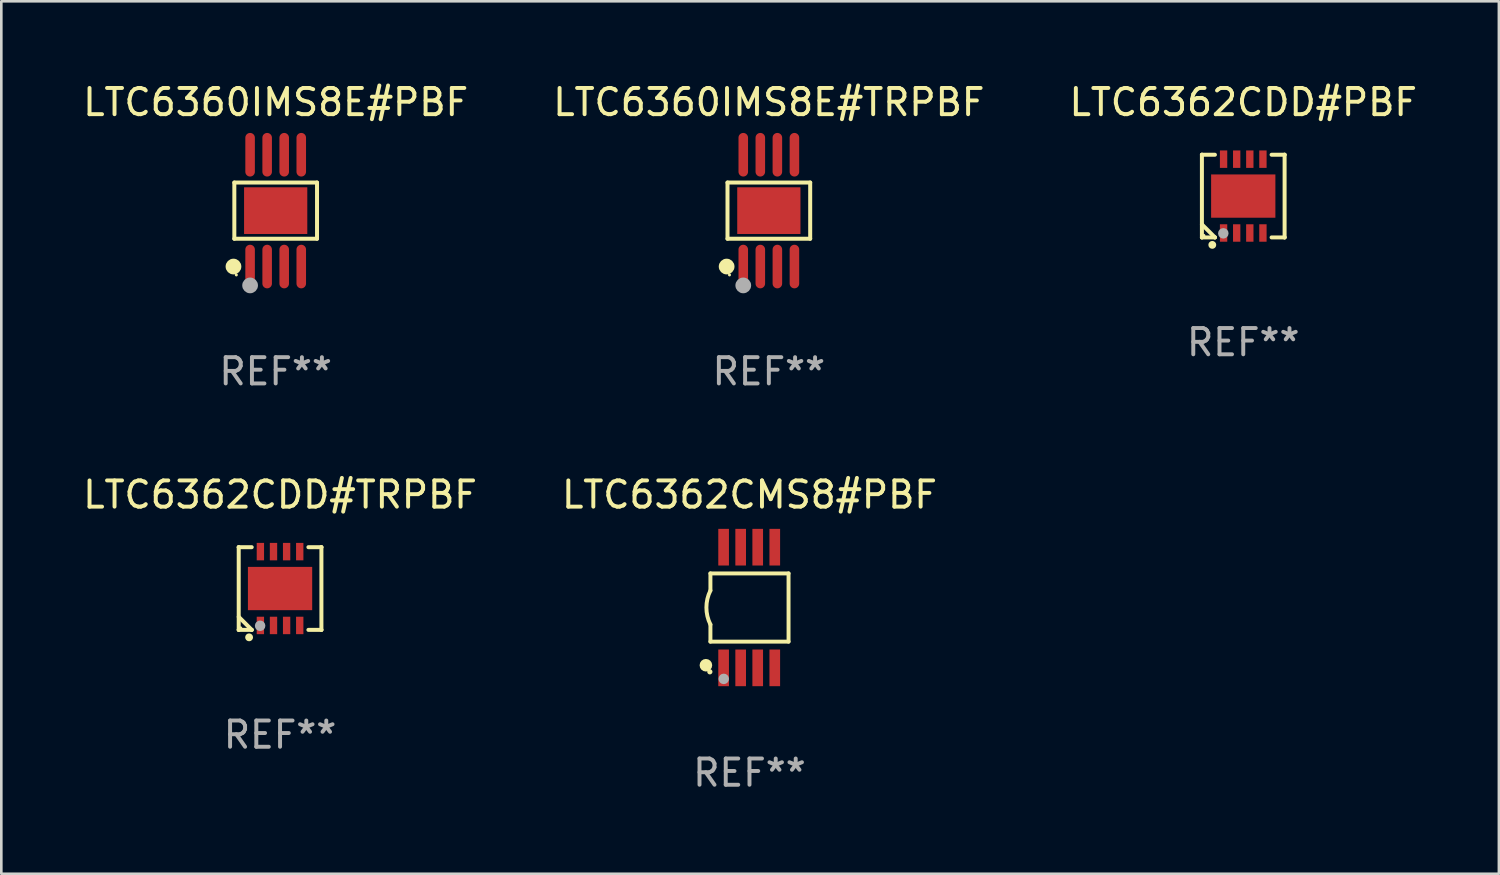
<source format=kicad_pcb>
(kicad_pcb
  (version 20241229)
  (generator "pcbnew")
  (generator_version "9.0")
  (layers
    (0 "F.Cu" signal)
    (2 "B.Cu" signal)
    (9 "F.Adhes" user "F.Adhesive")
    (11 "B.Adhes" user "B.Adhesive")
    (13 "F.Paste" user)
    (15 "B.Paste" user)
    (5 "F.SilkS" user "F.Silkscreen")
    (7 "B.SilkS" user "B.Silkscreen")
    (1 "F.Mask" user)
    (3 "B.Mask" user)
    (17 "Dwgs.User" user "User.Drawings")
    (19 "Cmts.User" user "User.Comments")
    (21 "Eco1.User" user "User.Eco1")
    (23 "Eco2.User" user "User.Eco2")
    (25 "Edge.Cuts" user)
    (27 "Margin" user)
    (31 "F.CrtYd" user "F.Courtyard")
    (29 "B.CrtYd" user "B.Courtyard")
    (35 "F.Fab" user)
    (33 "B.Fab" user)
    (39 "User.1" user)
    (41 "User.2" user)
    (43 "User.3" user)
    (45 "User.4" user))
  (footprint "LTC6362CDD#PBF"
    (layer "F.Cu")
    (at 44.339 4.424)
    (property "Reference" "LTC6362CDD#PBF" (at 0 -3.576 0) (layer "F.SilkS") (effects (font (size 1 1) (thickness 0.15))))
    (attr through_hole)
    (fp_line (start -1.576 -1.576) (end -1.576 -1.576) (stroke (width 0.152) (type solid)) (layer "F.SilkS"))
    (fp_line (start -1.576 -1.576) (end -1.08 -1.576) (stroke (width 0.152) (type solid)) (layer "F.SilkS"))
    (fp_line (start -1.576 1.576) (end -1.576 -1.576) (stroke (width 0.152) (type solid)) (layer "F.SilkS"))
    (fp_line (start -1.576 1.576) (end -1.576 1.576) (stroke (width 0.152) (type solid)) (layer "F.SilkS"))
    (fp_line (start -1.08 1.575) (end -1.576 1.079) (stroke (width 0.152) (type solid)) (layer "F.SilkS"))
    (fp_line (start -1.08 1.576) (end -1.576 1.576) (stroke (width 0.152) (type solid)) (layer "F.SilkS"))
    (fp_line (start -1.08 1.576) (end -1.08 1.575) (stroke (width 0.152) (type solid)) (layer "F.SilkS"))
    (fp_line (start 1.08 1.576) (end 1.576 1.576) (stroke (width 0.152) (type solid)) (layer "F.SilkS"))
    (fp_line (start 1.576 -1.576) (end 1.08 -1.576) (stroke (width 0.152) (type solid)) (layer "F.SilkS"))
    (fp_line (start 1.576 -1.576) (end 1.576 -1.576) (stroke (width 0.152) (type solid)) (layer "F.SilkS"))
    (fp_line (start 1.576 1.576) (end 1.576 -1.576) (stroke (width 0.152) (type solid)) (layer "F.SilkS"))
    (fp_line (start 1.576 1.576) (end 1.576 1.576) (stroke (width 0.152) (type solid)) (layer "F.SilkS"))
    (fp_circle (center -1.5 1.5) (end -1.47 1.5) (stroke (width 0.06) (type solid)) (fill no) (layer "F.SilkS"))
    (fp_circle (center -1.18 1.86) (end -1.105 1.86) (stroke (width 0.15) (type solid)) (fill no) (layer "F.SilkS"))
    (fp_circle (center -0.76 1.42) (end -0.66 1.42) (stroke (width 0.2) (type solid)) (fill no) (layer "F.Fab"))
    (fp_text user "REF**" (at 0 5.576 0) (layer "F.Fab") (effects (font (size 1 1) (thickness 0.15))))
    (pad "1" smd rect (at -0.75 1.407) (size 0.28 0.665) (layers "F.Cu" "F.Mask" "F.Paste"))
    (pad "2" smd rect (at -0.25 1.407) (size 0.28 0.665) (layers "F.Cu" "F.Mask" "F.Paste"))
    (pad "3" smd rect (at 0.25 1.407) (size 0.28 0.665) (layers "F.Cu" "F.Mask" "F.Paste"))
    (pad "4" smd rect (at 0.75 1.407) (size 0.28 0.665) (layers "F.Cu" "F.Mask" "F.Paste"))
    (pad "5" smd rect (at 0.75 -1.407) (size 0.28 0.665) (layers "F.Cu" "F.Mask" "F.Paste"))
    (pad "6" smd rect (at 0.25 -1.407) (size 0.28 0.665) (layers "F.Cu" "F.Mask" "F.Paste"))
    (pad "7" smd rect (at -0.25 -1.407) (size 0.28 0.665) (layers "F.Cu" "F.Mask" "F.Paste"))
    (pad "8" smd rect (at -0.75 -1.407) (size 0.28 0.665) (layers "F.Cu" "F.Mask" "F.Paste"))
    (pad "9" smd rect (at 0 0) (size 2.45 1.65) (layers "F.Cu" "F.Mask" "F.Paste")))
  (footprint "LTC6362CMS8#PBF"
    (layer "F.Cu")
    (at 25.518 20.107)
    (property "Reference" "LTC6362CMS8#PBF" (at 0 -4.3 0) (layer "F.SilkS") (effects (font (size 1 1) (thickness 0.15))))
    (attr through_hole)
    (fp_line (start -1.489 -1.3) (end -1.489 -0.648) (stroke (width 0.15) (type solid)) (layer "F.SilkS"))
    (fp_line (start -1.489 0.648) (end -1.489 1.3) (stroke (width 0.15) (type solid)) (layer "F.SilkS"))
    (fp_line (start -1.489 1.3) (end 1.489 1.3) (stroke (width 0.15) (type solid)) (layer "F.SilkS"))
    (fp_line (start 1.489 -1.3) (end -1.489 -1.3) (stroke (width 0.15) (type solid)) (layer "F.SilkS"))
    (fp_line (start 1.489 1.3) (end 1.489 -1.3) (stroke (width 0.15) (type solid)) (layer "F.SilkS"))
    (fp_arc (start -1.489205 0.647702) (mid -1.642107 0) (end -1.489205 -0.647701) (stroke (width 0.150013) (type solid)) (layer "F.SilkS"))
    (fp_circle (center -1.661 2.2) (end -1.541 2.2) (stroke (width 0.24) (type solid)) (fill no) (layer "F.SilkS"))
    (fp_circle (center -1.511 2.45) (end -1.461 2.45) (stroke (width 0.1) (type solid)) (fill no) (layer "F.SilkS"))
    (fp_circle (center -0.981 2.72) (end -0.881 2.72) (stroke (width 0.2) (type solid)) (fill no) (layer "F.Fab"))
    (fp_text user "REF**" (at 0 6.3 0) (layer "F.Fab") (effects (font (size 1 1) (thickness 0.15))))
    (pad "1" smd rect (at -0.986 2.3) (size 0.406 1.397) (layers "F.Cu" "F.Mask" "F.Paste"))
    (pad "2" smd rect (at -0.336 2.3) (size 0.406 1.397) (layers "F.Cu" "F.Mask" "F.Paste"))
    (pad "3" smd rect (at 0.314 2.3) (size 0.406 1.397) (layers "F.Cu" "F.Mask" "F.Paste"))
    (pad "4" smd rect (at 0.964 2.3) (size 0.406 1.397) (layers "F.Cu" "F.Mask" "F.Paste"))
    (pad "5" smd rect (at 0.964 -2.3) (size 0.406 1.397) (layers "F.Cu" "F.Mask" "F.Paste"))
    (pad "6" smd rect (at 0.314 -2.3) (size 0.406 1.397) (layers "F.Cu" "F.Mask" "F.Paste"))
    (pad "7" smd rect (at -0.336 -2.3) (size 0.406 1.397) (layers "F.Cu" "F.Mask" "F.Paste"))
    (pad "8" smd rect (at -0.986 -2.3) (size 0.406 1.397) (layers "F.Cu" "F.Mask" "F.Paste")))
  (footprint "LTC6360IMS8E#TRPBF"
    (layer "F.Cu")
    (at 26.256 4.979)
    (property "Reference" "LTC6360IMS8E#TRPBF" (at 0 -4.131 0) (layer "F.SilkS") (effects (font (size 1 1) (thickness 0.15))))
    (attr through_hole)
    (fp_line (start -1.576 -1.071) (end 1.576 -1.071) (stroke (width 0.152) (type solid)) (layer "F.SilkS"))
    (fp_line (start -1.576 1.071) (end -1.576 -1.071) (stroke (width 0.152) (type solid)) (layer "F.SilkS"))
    (fp_line (start 1.576 -1.071) (end 1.576 1.071) (stroke (width 0.152) (type solid)) (layer "F.SilkS"))
    (fp_line (start 1.576 1.071) (end -1.576 1.071) (stroke (width 0.152) (type solid)) (layer "F.SilkS"))
    (fp_circle (center -1.609 2.131) (end -1.459 2.131) (stroke (width 0.3) (type solid)) (fill no) (layer "F.SilkS"))
    (fp_circle (center -1.5 2.45) (end -1.47 2.45) (stroke (width 0.06) (type solid)) (fill no) (layer "F.SilkS"))
    (fp_circle (center -0.975 2.85) (end -0.825 2.85) (stroke (width 0.3) (type solid)) (fill no) (layer "F.Fab"))
    (fp_text user "REF**" (at 0 6.131 0) (layer "F.Fab") (effects (font (size 1 1) (thickness 0.15))))
    (pad "1" smd oval (at -0.975 2.131) (size 0.364 1.662) (layers "F.Cu" "F.Mask" "F.Paste"))
    (pad "2" smd oval (at -0.325 2.131) (size 0.364 1.662) (layers "F.Cu" "F.Mask" "F.Paste"))
    (pad "3" smd oval (at 0.325 2.131) (size 0.364 1.662) (layers "F.Cu" "F.Mask" "F.Paste"))
    (pad "4" smd oval (at 0.975 2.131) (size 0.364 1.662) (layers "F.Cu" "F.Mask" "F.Paste"))
    (pad "5" smd oval (at 0.975 -2.131) (size 0.364 1.662) (layers "F.Cu" "F.Mask" "F.Paste"))
    (pad "6" smd oval (at 0.325 -2.131) (size 0.364 1.662) (layers "F.Cu" "F.Mask" "F.Paste"))
    (pad "7" smd oval (at -0.325 -2.131) (size 0.364 1.662) (layers "F.Cu" "F.Mask" "F.Paste"))
    (pad "8" smd oval (at -0.975 -2.131) (size 0.364 1.662) (layers "F.Cu" "F.Mask" "F.Paste"))
    (pad "9" smd rect (at 0 0) (size 2.41 1.78) (layers "F.Cu" "F.Mask" "F.Paste")))
  (footprint "LTC6360IMS8E#PBF"
    (layer "F.Cu")
    (at 7.458 4.979)
    (property "Reference" "LTC6360IMS8E#PBF" (at 0 -4.131 0) (layer "F.SilkS") (effects (font (size 1 1) (thickness 0.15))))
    (attr through_hole)
    (fp_line (start -1.576 -1.071) (end 1.576 -1.071) (stroke (width 0.152) (type solid)) (layer "F.SilkS"))
    (fp_line (start -1.576 1.071) (end -1.576 -1.071) (stroke (width 0.152) (type solid)) (layer "F.SilkS"))
    (fp_line (start 1.576 -1.071) (end 1.576 1.071) (stroke (width 0.152) (type solid)) (layer "F.SilkS"))
    (fp_line (start 1.576 1.071) (end -1.576 1.071) (stroke (width 0.152) (type solid)) (layer "F.SilkS"))
    (fp_circle (center -1.609 2.131) (end -1.459 2.131) (stroke (width 0.3) (type solid)) (fill no) (layer "F.SilkS"))
    (fp_circle (center -1.5 2.45) (end -1.47 2.45) (stroke (width 0.06) (type solid)) (fill no) (layer "F.SilkS"))
    (fp_circle (center -0.975 2.85) (end -0.825 2.85) (stroke (width 0.3) (type solid)) (fill no) (layer "F.Fab"))
    (fp_text user "REF**" (at 0 6.131 0) (layer "F.Fab") (effects (font (size 1 1) (thickness 0.15))))
    (pad "1" smd oval (at -0.975 2.131) (size 0.364 1.662) (layers "F.Cu" "F.Mask" "F.Paste"))
    (pad "2" smd oval (at -0.325 2.131) (size 0.364 1.662) (layers "F.Cu" "F.Mask" "F.Paste"))
    (pad "3" smd oval (at 0.325 2.131) (size 0.364 1.662) (layers "F.Cu" "F.Mask" "F.Paste"))
    (pad "4" smd oval (at 0.975 2.131) (size 0.364 1.662) (layers "F.Cu" "F.Mask" "F.Paste"))
    (pad "5" smd oval (at 0.975 -2.131) (size 0.364 1.662) (layers "F.Cu" "F.Mask" "F.Paste"))
    (pad "6" smd oval (at 0.325 -2.131) (size 0.364 1.662) (layers "F.Cu" "F.Mask" "F.Paste"))
    (pad "7" smd oval (at -0.325 -2.131) (size 0.364 1.662) (layers "F.Cu" "F.Mask" "F.Paste"))
    (pad "8" smd oval (at -0.975 -2.131) (size 0.364 1.662) (layers "F.Cu" "F.Mask" "F.Paste"))
    (pad "9" smd rect (at 0 0) (size 2.41 1.78) (layers "F.Cu" "F.Mask" "F.Paste")))
  (footprint "LTC6362CDD#TRPBF"
    (layer "F.Cu")
    (at 7.625 19.383)
    (property "Reference" "LTC6362CDD#TRPBF" (at 0 -3.576 0) (layer "F.SilkS") (effects (font (size 1 1) (thickness 0.15))))
    (attr through_hole)
    (fp_line (start -1.576 -1.576) (end -1.576 -1.576) (stroke (width 0.152) (type solid)) (layer "F.SilkS"))
    (fp_line (start -1.576 -1.576) (end -1.08 -1.576) (stroke (width 0.152) (type solid)) (layer "F.SilkS"))
    (fp_line (start -1.576 1.576) (end -1.576 -1.576) (stroke (width 0.152) (type solid)) (layer "F.SilkS"))
    (fp_line (start -1.576 1.576) (end -1.576 1.576) (stroke (width 0.152) (type solid)) (layer "F.SilkS"))
    (fp_line (start -1.08 1.575) (end -1.576 1.079) (stroke (width 0.152) (type solid)) (layer "F.SilkS"))
    (fp_line (start -1.08 1.576) (end -1.576 1.576) (stroke (width 0.152) (type solid)) (layer "F.SilkS"))
    (fp_line (start -1.08 1.576) (end -1.08 1.575) (stroke (width 0.152) (type solid)) (layer "F.SilkS"))
    (fp_line (start 1.08 1.576) (end 1.576 1.576) (stroke (width 0.152) (type solid)) (layer "F.SilkS"))
    (fp_line (start 1.576 -1.576) (end 1.08 -1.576) (stroke (width 0.152) (type solid)) (layer "F.SilkS"))
    (fp_line (start 1.576 -1.576) (end 1.576 -1.576) (stroke (width 0.152) (type solid)) (layer "F.SilkS"))
    (fp_line (start 1.576 1.576) (end 1.576 -1.576) (stroke (width 0.152) (type solid)) (layer "F.SilkS"))
    (fp_line (start 1.576 1.576) (end 1.576 1.576) (stroke (width 0.152) (type solid)) (layer "F.SilkS"))
    (fp_circle (center -1.5 1.5) (end -1.47 1.5) (stroke (width 0.06) (type solid)) (fill no) (layer "F.SilkS"))
    (fp_circle (center -1.18 1.86) (end -1.105 1.86) (stroke (width 0.15) (type solid)) (fill no) (layer "F.SilkS"))
    (fp_circle (center -0.76 1.42) (end -0.66 1.42) (stroke (width 0.2) (type solid)) (fill no) (layer "F.Fab"))
    (fp_text user "REF**" (at 0 5.576 0) (layer "F.Fab") (effects (font (size 1 1) (thickness 0.15))))
    (pad "1" smd rect (at -0.75 1.407) (size 0.28 0.665) (layers "F.Cu" "F.Mask" "F.Paste"))
    (pad "2" smd rect (at -0.25 1.407) (size 0.28 0.665) (layers "F.Cu" "F.Mask" "F.Paste"))
    (pad "3" smd rect (at 0.25 1.407) (size 0.28 0.665) (layers "F.Cu" "F.Mask" "F.Paste"))
    (pad "4" smd rect (at 0.75 1.407) (size 0.28 0.665) (layers "F.Cu" "F.Mask" "F.Paste"))
    (pad "5" smd rect (at 0.75 -1.407) (size 0.28 0.665) (layers "F.Cu" "F.Mask" "F.Paste"))
    (pad "6" smd rect (at 0.25 -1.407) (size 0.28 0.665) (layers "F.Cu" "F.Mask" "F.Paste"))
    (pad "7" smd rect (at -0.25 -1.407) (size 0.28 0.665) (layers "F.Cu" "F.Mask" "F.Paste"))
    (pad "8" smd rect (at -0.75 -1.407) (size 0.28 0.665) (layers "F.Cu" "F.Mask" "F.Paste"))
    (pad "9" smd rect (at 0 0) (size 2.45 1.65) (layers "F.Cu" "F.Mask" "F.Paste")))
  (gr_rect
    (start -3 -3)
    (end 54.083 30.255)
    (stroke (width 0.1) (type default))
    (fill no)
    (layer "Edge.Cuts")))
</source>
